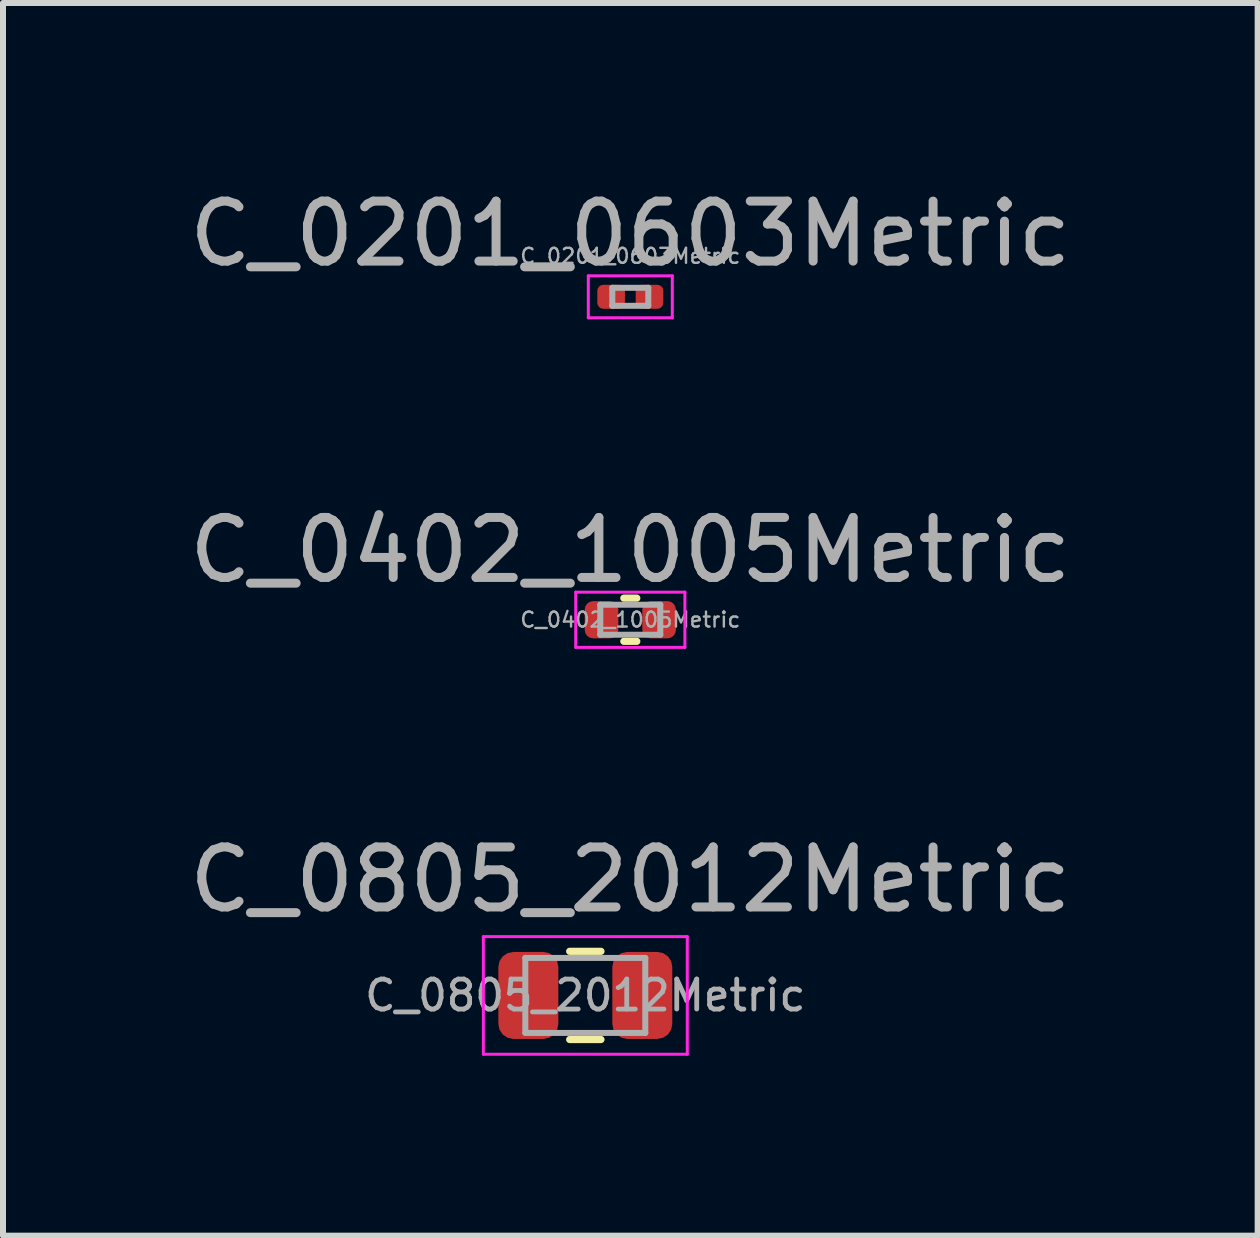
<source format=kicad_pcb>
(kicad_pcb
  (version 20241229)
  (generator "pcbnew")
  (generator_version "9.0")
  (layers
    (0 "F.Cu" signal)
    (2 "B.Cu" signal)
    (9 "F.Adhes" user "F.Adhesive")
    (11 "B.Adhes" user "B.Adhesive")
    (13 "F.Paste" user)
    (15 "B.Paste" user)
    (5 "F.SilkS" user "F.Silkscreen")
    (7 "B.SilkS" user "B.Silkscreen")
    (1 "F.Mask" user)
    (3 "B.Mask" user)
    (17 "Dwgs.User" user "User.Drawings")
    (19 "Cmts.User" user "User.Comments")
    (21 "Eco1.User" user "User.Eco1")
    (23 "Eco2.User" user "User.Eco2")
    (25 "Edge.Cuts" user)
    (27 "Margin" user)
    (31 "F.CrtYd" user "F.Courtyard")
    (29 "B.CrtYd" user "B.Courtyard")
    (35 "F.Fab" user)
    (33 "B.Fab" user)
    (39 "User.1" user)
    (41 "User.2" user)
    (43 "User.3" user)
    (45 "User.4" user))
  (footprint "C_0201_0603Metric"
    (layer "F.Cu")
    (at 7.458 1.898)
    (property "Reference" "C_0201_0603Metric" (at 0 -1.05 180) (layer "F.Fab") (effects (font (size 1 1) (thickness 0.15))))
    (attr smd)
    (fp_line (start -0.7 -0.35) (end 0.7 -0.35) (stroke (width 0.05) (type solid)) (layer "F.CrtYd"))
    (fp_line (start -0.7 0.35) (end -0.7 -0.35) (stroke (width 0.05) (type solid)) (layer "F.CrtYd"))
    (fp_line (start 0.7 -0.35) (end 0.7 0.35) (stroke (width 0.05) (type solid)) (layer "F.CrtYd"))
    (fp_line (start 0.7 0.35) (end -0.7 0.35) (stroke (width 0.05) (type solid)) (layer "F.CrtYd"))
    (fp_line (start -0.3 -0.15) (end 0.3 -0.15) (stroke (width 0.1) (type solid)) (layer "F.Fab"))
    (fp_line (start -0.3 0.15) (end -0.3 -0.15) (stroke (width 0.1) (type solid)) (layer "F.Fab"))
    (fp_line (start 0.3 -0.15) (end 0.3 0.15) (stroke (width 0.1) (type solid)) (layer "F.Fab"))
    (fp_line (start 0.3 0.15) (end -0.3 0.15) (stroke (width 0.1) (type solid)) (layer "F.Fab"))
    (fp_text user "${REFERENCE}" (at 0 -0.68 180) (layer "F.Fab") (effects (font (size 0.25 0.25) (thickness 0.04))))
    (pad "" smd roundrect (at -0.345 0) (size 0.318 0.36) (layers "F.Paste") (roundrect_rratio 0.25))
    (pad "" smd roundrect (at 0.345 0) (size 0.318 0.36) (layers "F.Paste") (roundrect_rratio 0.25))
    (pad "1" smd roundrect (at -0.32 0) (size 0.46 0.4) (layers "F.Cu" "F.Mask") (roundrect_rratio 0.25))
    (pad "2" smd roundrect (at 0.32 0) (size 0.46 0.4) (layers "F.Cu" "F.Mask") (roundrect_rratio 0.25)))
  (footprint "C_0402_1005Metric"
    (layer "F.Cu")
    (at 7.458 7.282)
    (property "Reference" "C_0402_1005Metric" (at 0 -1.16 0) (layer "F.Fab") (effects (font (size 1 1) (thickness 0.15))))
    (attr smd)
    (fp_line (start -0.108 -0.36) (end 0.108 -0.36) (stroke (width 0.12) (type solid)) (layer "F.SilkS"))
    (fp_line (start -0.108 0.36) (end 0.108 0.36) (stroke (width 0.12) (type solid)) (layer "F.SilkS"))
    (fp_line (start -0.91 -0.46) (end 0.91 -0.46) (stroke (width 0.05) (type solid)) (layer "F.CrtYd"))
    (fp_line (start -0.91 0.46) (end -0.91 -0.46) (stroke (width 0.05) (type solid)) (layer "F.CrtYd"))
    (fp_line (start 0.91 -0.46) (end 0.91 0.46) (stroke (width 0.05) (type solid)) (layer "F.CrtYd"))
    (fp_line (start 0.91 0.46) (end -0.91 0.46) (stroke (width 0.05) (type solid)) (layer "F.CrtYd"))
    (fp_line (start -0.5 -0.25) (end 0.5 -0.25) (stroke (width 0.1) (type solid)) (layer "F.Fab"))
    (fp_line (start -0.5 0.25) (end -0.5 -0.25) (stroke (width 0.1) (type solid)) (layer "F.Fab"))
    (fp_line (start 0.5 -0.25) (end 0.5 0.25) (stroke (width 0.1) (type solid)) (layer "F.Fab"))
    (fp_line (start 0.5 0.25) (end -0.5 0.25) (stroke (width 0.1) (type solid)) (layer "F.Fab"))
    (fp_text user "${REFERENCE}" (at 0 0 0) (layer "F.Fab") (effects (font (size 0.25 0.25) (thickness 0.04))))
    (pad "1" smd roundrect (at -0.48 0) (size 0.56 0.62) (layers "F.Cu" "F.Mask" "F.Paste") (roundrect_rratio 0.25))
    (pad "2" smd roundrect (at 0.48 0) (size 0.56 0.62) (layers "F.Cu" "F.Mask" "F.Paste") (roundrect_rratio 0.25)))
  (footprint "C_0805_2012Metric"
    (layer "F.Cu")
    (at 6.708 13.545)
    (property "Reference" "C_0805_2012Metric" (at 0.75 -1.93 180) (layer "F.Fab") (effects (font (size 1 1) (thickness 0.15))))
    (attr smd)
    (fp_line (start -0.261 -0.735) (end 0.261 -0.735) (stroke (width 0.12) (type solid)) (layer "F.SilkS"))
    (fp_line (start -0.261 0.735) (end 0.261 0.735) (stroke (width 0.12) (type solid)) (layer "F.SilkS"))
    (fp_line (start -1.7 -0.98) (end 1.7 -0.98) (stroke (width 0.05) (type solid)) (layer "F.CrtYd"))
    (fp_line (start -1.7 0.98) (end -1.7 -0.98) (stroke (width 0.05) (type solid)) (layer "F.CrtYd"))
    (fp_line (start 1.7 -0.98) (end 1.7 0.98) (stroke (width 0.05) (type solid)) (layer "F.CrtYd"))
    (fp_line (start 1.7 0.98) (end -1.7 0.98) (stroke (width 0.05) (type solid)) (layer "F.CrtYd"))
    (fp_line (start -1 -0.625) (end 1 -0.625) (stroke (width 0.1) (type solid)) (layer "F.Fab"))
    (fp_line (start -1 0.625) (end -1 -0.625) (stroke (width 0.1) (type solid)) (layer "F.Fab"))
    (fp_line (start 1 -0.625) (end 1 0.625) (stroke (width 0.1) (type solid)) (layer "F.Fab"))
    (fp_line (start 1 0.625) (end -1 0.625) (stroke (width 0.1) (type solid)) (layer "F.Fab"))
    (fp_text user "${REFERENCE}" (at 0 0 180) (layer "F.Fab") (effects (font (size 0.5 0.5) (thickness 0.08))))
    (pad "1" smd roundrect (at -0.95 0) (size 1 1.45) (layers "F.Cu" "F.Mask" "F.Paste") (roundrect_rratio 0.25))
    (pad "2" smd roundrect (at 0.95 0) (size 1 1.45) (layers "F.Cu" "F.Mask" "F.Paste") (roundrect_rratio 0.25)))
  (gr_rect
    (start -3 -3)
    (end 17.917 17.55)
    (stroke (width 0.1) (type default))
    (fill no)
    (layer "Edge.Cuts")))
</source>
